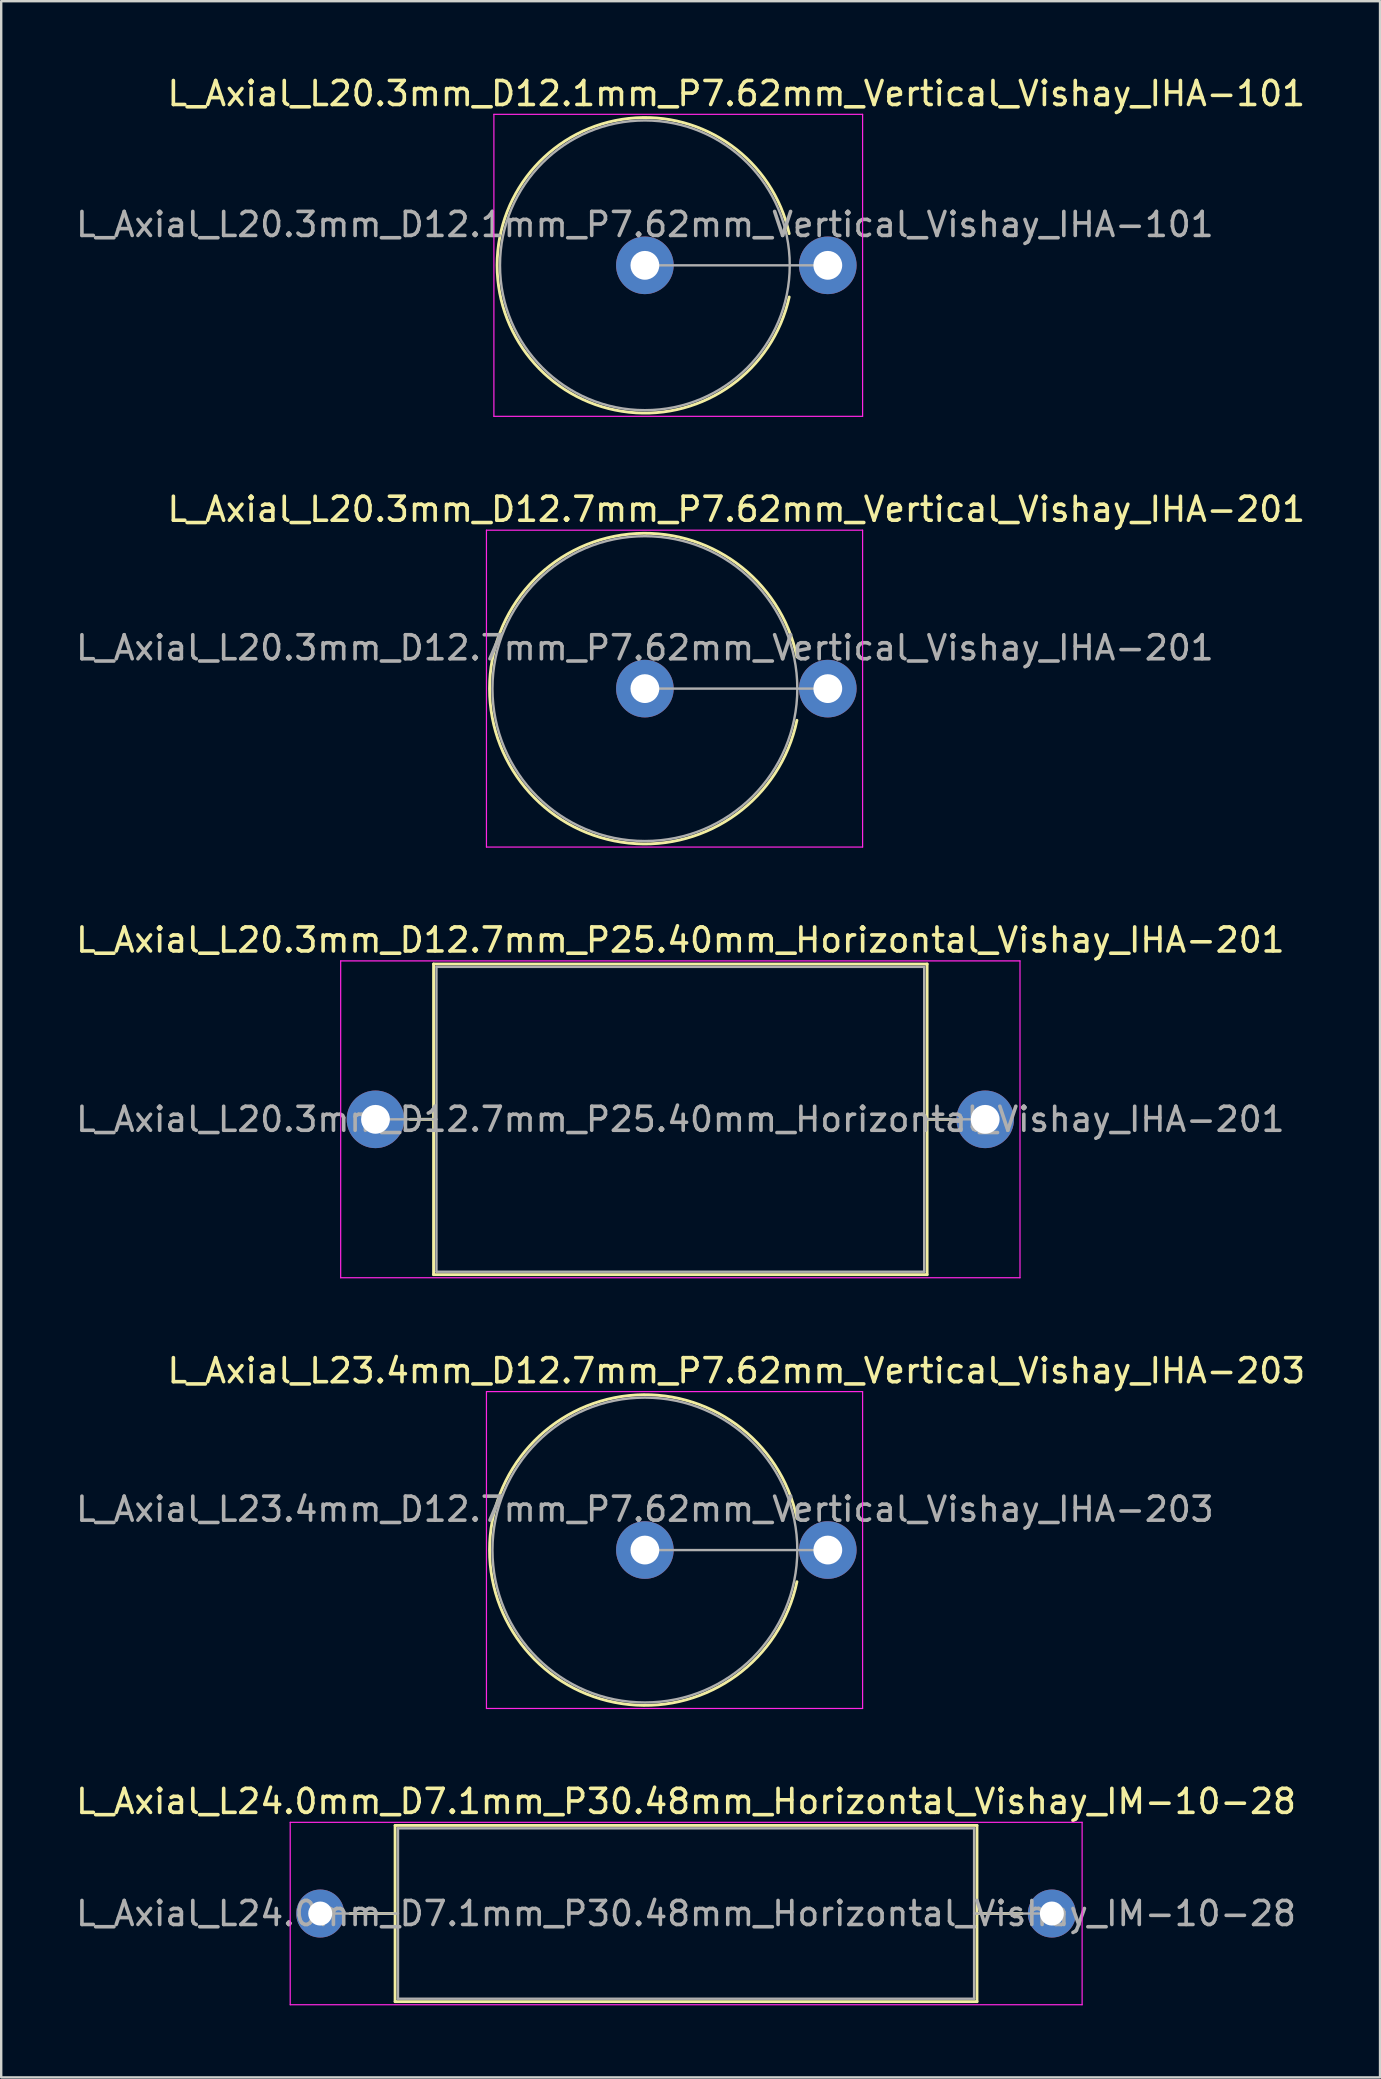
<source format=kicad_pcb>
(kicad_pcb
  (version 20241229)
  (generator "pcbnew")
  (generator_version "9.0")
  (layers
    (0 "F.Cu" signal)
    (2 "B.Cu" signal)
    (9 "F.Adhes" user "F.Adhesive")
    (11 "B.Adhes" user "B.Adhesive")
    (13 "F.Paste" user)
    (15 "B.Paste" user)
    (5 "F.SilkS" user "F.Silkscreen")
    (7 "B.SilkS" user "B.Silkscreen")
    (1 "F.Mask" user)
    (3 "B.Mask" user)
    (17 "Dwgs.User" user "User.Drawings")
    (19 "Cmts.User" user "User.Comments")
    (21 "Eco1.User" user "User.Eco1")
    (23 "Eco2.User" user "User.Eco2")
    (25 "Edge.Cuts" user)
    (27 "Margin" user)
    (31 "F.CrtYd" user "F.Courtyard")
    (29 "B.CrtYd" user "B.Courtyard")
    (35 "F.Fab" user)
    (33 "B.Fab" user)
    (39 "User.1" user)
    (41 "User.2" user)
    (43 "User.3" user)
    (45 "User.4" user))
  (footprint "L_Axial_L20.3mm_D12.7mm_P7.62mm_Vertical_Vishay_IHA-201"
    (layer "F.Cu")
    (at 23.815 25.637)
    (property "Reference" "L_Axial_L20.3mm_D12.7mm_P7.62mm_Vertical_Vishay_IHA-201" (at 3.81 -7.47 0) (layer "F.SilkS") (effects (font (size 1 1) (thickness 0.15))))
    (attr through_hole)
    (fp_arc (start 6.333917 1.32) (mid -6.47 0) (end 6.333917 -1.32) (stroke (width 0.12) (type solid)) (layer "F.SilkS"))
    (fp_line (start -6.6 -6.6) (end -6.6 6.6) (stroke (width 0.05) (type solid)) (layer "F.CrtYd"))
    (fp_line (start -6.6 6.6) (end 9.07 6.6) (stroke (width 0.05) (type solid)) (layer "F.CrtYd"))
    (fp_line (start 9.07 -6.6) (end -6.6 -6.6) (stroke (width 0.05) (type solid)) (layer "F.CrtYd"))
    (fp_line (start 9.07 6.6) (end 9.07 -6.6) (stroke (width 0.05) (type solid)) (layer "F.CrtYd"))
    (fp_line (start 0 0) (end 7.62 0) (stroke (width 0.1) (type solid)) (layer "F.Fab"))
    (fp_circle (center 0 0) (end 6.35 0) (stroke (width 0.1) (type solid)) (fill no) (layer "F.Fab"))
    (fp_text user "${REFERENCE}" (at 0 -1.7 0) (layer "F.Fab") (effects (font (size 1 1) (thickness 0.15))))
    (pad "1" thru_hole circle (at 0 0) (size 2.4 2.4) (drill 1.2) (layers "*.Cu" "*.Mask"))
    (pad "2" thru_hole oval (at 7.62 0) (size 2.4 2.4) (drill 1.2) (layers "*.Cu" "*.Mask")))
  (footprint "L_Axial_L23.4mm_D12.7mm_P7.62mm_Vertical_Vishay_IHA-203"
    (layer "F.Cu")
    (at 23.815 61.523)
    (property "Reference" "L_Axial_L23.4mm_D12.7mm_P7.62mm_Vertical_Vishay_IHA-203" (at 3.81 -7.47 0) (layer "F.SilkS") (effects (font (size 1 1) (thickness 0.15))))
    (attr through_hole)
    (fp_arc (start 6.333917 1.32) (mid -6.47 0) (end 6.333917 -1.32) (stroke (width 0.12) (type solid)) (layer "F.SilkS"))
    (fp_line (start -6.6 -6.6) (end -6.6 6.6) (stroke (width 0.05) (type solid)) (layer "F.CrtYd"))
    (fp_line (start -6.6 6.6) (end 9.07 6.6) (stroke (width 0.05) (type solid)) (layer "F.CrtYd"))
    (fp_line (start 9.07 -6.6) (end -6.6 -6.6) (stroke (width 0.05) (type solid)) (layer "F.CrtYd"))
    (fp_line (start 9.07 6.6) (end 9.07 -6.6) (stroke (width 0.05) (type solid)) (layer "F.CrtYd"))
    (fp_line (start 0 0) (end 7.62 0) (stroke (width 0.1) (type solid)) (layer "F.Fab"))
    (fp_circle (center 0 0) (end 6.35 0) (stroke (width 0.1) (type solid)) (fill no) (layer "F.Fab"))
    (fp_text user "${REFERENCE}" (at 0 -1.7 0) (layer "F.Fab") (effects (font (size 1 1) (thickness 0.15))))
    (pad "1" thru_hole circle (at 0 0) (size 2.4 2.4) (drill 1.2) (layers "*.Cu" "*.Mask"))
    (pad "2" thru_hole oval (at 7.62 0) (size 2.4 2.4) (drill 1.2) (layers "*.Cu" "*.Mask")))
  (footprint "L_Axial_L20.3mm_D12.7mm_P25.40mm_Horizontal_Vishay_IHA-201"
    (layer "F.Cu")
    (at 12.592 43.58)
    (property "Reference" "L_Axial_L20.3mm_D12.7mm_P25.40mm_Horizontal_Vishay_IHA-201" (at 12.7 -7.47 0) (layer "F.SilkS") (effects (font (size 1 1) (thickness 0.15))))
    (attr through_hole)
    (fp_line (start 1.44 0) (end 2.42 0) (stroke (width 0.12) (type solid)) (layer "F.SilkS"))
    (fp_line (start 2.42 -6.47) (end 2.42 6.47) (stroke (width 0.12) (type solid)) (layer "F.SilkS"))
    (fp_line (start 2.42 6.47) (end 22.98 6.47) (stroke (width 0.12) (type solid)) (layer "F.SilkS"))
    (fp_line (start 22.98 -6.47) (end 2.42 -6.47) (stroke (width 0.12) (type solid)) (layer "F.SilkS"))
    (fp_line (start 22.98 6.47) (end 22.98 -6.47) (stroke (width 0.12) (type solid)) (layer "F.SilkS"))
    (fp_line (start 23.96 0) (end 22.98 0) (stroke (width 0.12) (type solid)) (layer "F.SilkS"))
    (fp_line (start -1.45 -6.6) (end -1.45 6.6) (stroke (width 0.05) (type solid)) (layer "F.CrtYd"))
    (fp_line (start -1.45 6.6) (end 26.85 6.6) (stroke (width 0.05) (type solid)) (layer "F.CrtYd"))
    (fp_line (start 26.85 -6.6) (end -1.45 -6.6) (stroke (width 0.05) (type solid)) (layer "F.CrtYd"))
    (fp_line (start 26.85 6.6) (end 26.85 -6.6) (stroke (width 0.05) (type solid)) (layer "F.CrtYd"))
    (fp_line (start 0 0) (end 2.54 0) (stroke (width 0.1) (type solid)) (layer "F.Fab"))
    (fp_line (start 2.54 -6.35) (end 2.54 6.35) (stroke (width 0.1) (type solid)) (layer "F.Fab"))
    (fp_line (start 2.54 6.35) (end 22.86 6.35) (stroke (width 0.1) (type solid)) (layer "F.Fab"))
    (fp_line (start 22.86 -6.35) (end 2.54 -6.35) (stroke (width 0.1) (type solid)) (layer "F.Fab"))
    (fp_line (start 22.86 6.35) (end 22.86 -6.35) (stroke (width 0.1) (type solid)) (layer "F.Fab"))
    (fp_line (start 25.4 0) (end 22.86 0) (stroke (width 0.1) (type solid)) (layer "F.Fab"))
    (fp_text user "${REFERENCE}" (at 12.7 0 0) (layer "F.Fab") (effects (font (size 1 1) (thickness 0.15))))
    (pad "1" thru_hole circle (at 0 0) (size 2.4 2.4) (drill 1.2) (layers "*.Cu" "*.Mask"))
    (pad "2" thru_hole oval (at 25.4 0) (size 2.4 2.4) (drill 1.2) (layers "*.Cu" "*.Mask")))
  (footprint "L_Axial_L20.3mm_D12.1mm_P7.62mm_Vertical_Vishay_IHA-101"
    (layer "F.Cu")
    (at 23.815 8.003)
    (property "Reference" "L_Axial_L20.3mm_D12.1mm_P7.62mm_Vertical_Vishay_IHA-101" (at 3.81 -7.155 0) (layer "F.SilkS") (effects (font (size 1 1) (thickness 0.15))))
    (attr through_hole)
    (fp_arc (start 6.01179 1.32) (mid -6.155 0) (end 6.01179 -1.32) (stroke (width 0.12) (type solid)) (layer "F.SilkS"))
    (fp_line (start -6.29 -6.29) (end -6.29 6.29) (stroke (width 0.05) (type solid)) (layer "F.CrtYd"))
    (fp_line (start -6.29 6.29) (end 9.07 6.29) (stroke (width 0.05) (type solid)) (layer "F.CrtYd"))
    (fp_line (start 9.07 -6.29) (end -6.29 -6.29) (stroke (width 0.05) (type solid)) (layer "F.CrtYd"))
    (fp_line (start 9.07 6.29) (end 9.07 -6.29) (stroke (width 0.05) (type solid)) (layer "F.CrtYd"))
    (fp_line (start 0 0) (end 7.62 0) (stroke (width 0.1) (type solid)) (layer "F.Fab"))
    (fp_circle (center 0 0) (end 6.035 0) (stroke (width 0.1) (type solid)) (fill no) (layer "F.Fab"))
    (fp_text user "${REFERENCE}" (at 0 -1.7 0) (layer "F.Fab") (effects (font (size 1 1) (thickness 0.15))))
    (pad "1" thru_hole circle (at 0 0) (size 2.4 2.4) (drill 1.2) (layers "*.Cu" "*.Mask"))
    (pad "2" thru_hole oval (at 7.62 0) (size 2.4 2.4) (drill 1.2) (layers "*.Cu" "*.Mask")))
  (footprint "L_Axial_L24.0mm_D7.1mm_P30.48mm_Horizontal_Vishay_IM-10-28"
    (layer "F.Cu")
    (at 10.29 76.666)
    (property "Reference" "L_Axial_L24.0mm_D7.1mm_P30.48mm_Horizontal_Vishay_IM-10-28" (at 15.24 -4.67 0) (layer "F.SilkS") (effects (font (size 1 1) (thickness 0.15))))
    (attr through_hole)
    (fp_line (start 1.24 0) (end 3.12 0) (stroke (width 0.12) (type solid)) (layer "F.SilkS"))
    (fp_line (start 3.12 -3.67) (end 3.12 3.67) (stroke (width 0.12) (type solid)) (layer "F.SilkS"))
    (fp_line (start 3.12 3.67) (end 27.36 3.67) (stroke (width 0.12) (type solid)) (layer "F.SilkS"))
    (fp_line (start 27.36 -3.67) (end 3.12 -3.67) (stroke (width 0.12) (type solid)) (layer "F.SilkS"))
    (fp_line (start 27.36 3.67) (end 27.36 -3.67) (stroke (width 0.12) (type solid)) (layer "F.SilkS"))
    (fp_line (start 29.24 0) (end 27.36 0) (stroke (width 0.12) (type solid)) (layer "F.SilkS"))
    (fp_line (start -1.25 -3.8) (end -1.25 3.8) (stroke (width 0.05) (type solid)) (layer "F.CrtYd"))
    (fp_line (start -1.25 3.8) (end 31.74 3.8) (stroke (width 0.05) (type solid)) (layer "F.CrtYd"))
    (fp_line (start 31.74 -3.8) (end -1.25 -3.8) (stroke (width 0.05) (type solid)) (layer "F.CrtYd"))
    (fp_line (start 31.74 3.8) (end 31.74 -3.8) (stroke (width 0.05) (type solid)) (layer "F.CrtYd"))
    (fp_line (start 0 0) (end 3.24 0) (stroke (width 0.1) (type solid)) (layer "F.Fab"))
    (fp_line (start 3.24 -3.55) (end 3.24 3.55) (stroke (width 0.1) (type solid)) (layer "F.Fab"))
    (fp_line (start 3.24 3.55) (end 27.24 3.55) (stroke (width 0.1) (type solid)) (layer "F.Fab"))
    (fp_line (start 27.24 -3.55) (end 3.24 -3.55) (stroke (width 0.1) (type solid)) (layer "F.Fab"))
    (fp_line (start 27.24 3.55) (end 27.24 -3.55) (stroke (width 0.1) (type solid)) (layer "F.Fab"))
    (fp_line (start 30.48 0) (end 27.24 0) (stroke (width 0.1) (type solid)) (layer "F.Fab"))
    (fp_text user "${REFERENCE}" (at 15.24 0 0) (layer "F.Fab") (effects (font (size 1 1) (thickness 0.15))))
    (pad "1" thru_hole circle (at 0 0) (size 2 2) (drill 1) (layers "*.Cu" "*.Mask"))
    (pad "2" thru_hole oval (at 30.48 0) (size 2 2) (drill 1) (layers "*.Cu" "*.Mask")))
  (gr_rect
    (start -3 -3)
    (end 54.441 83.491)
    (stroke (width 0.1) (type default))
    (fill no)
    (layer "Edge.Cuts")))
</source>
